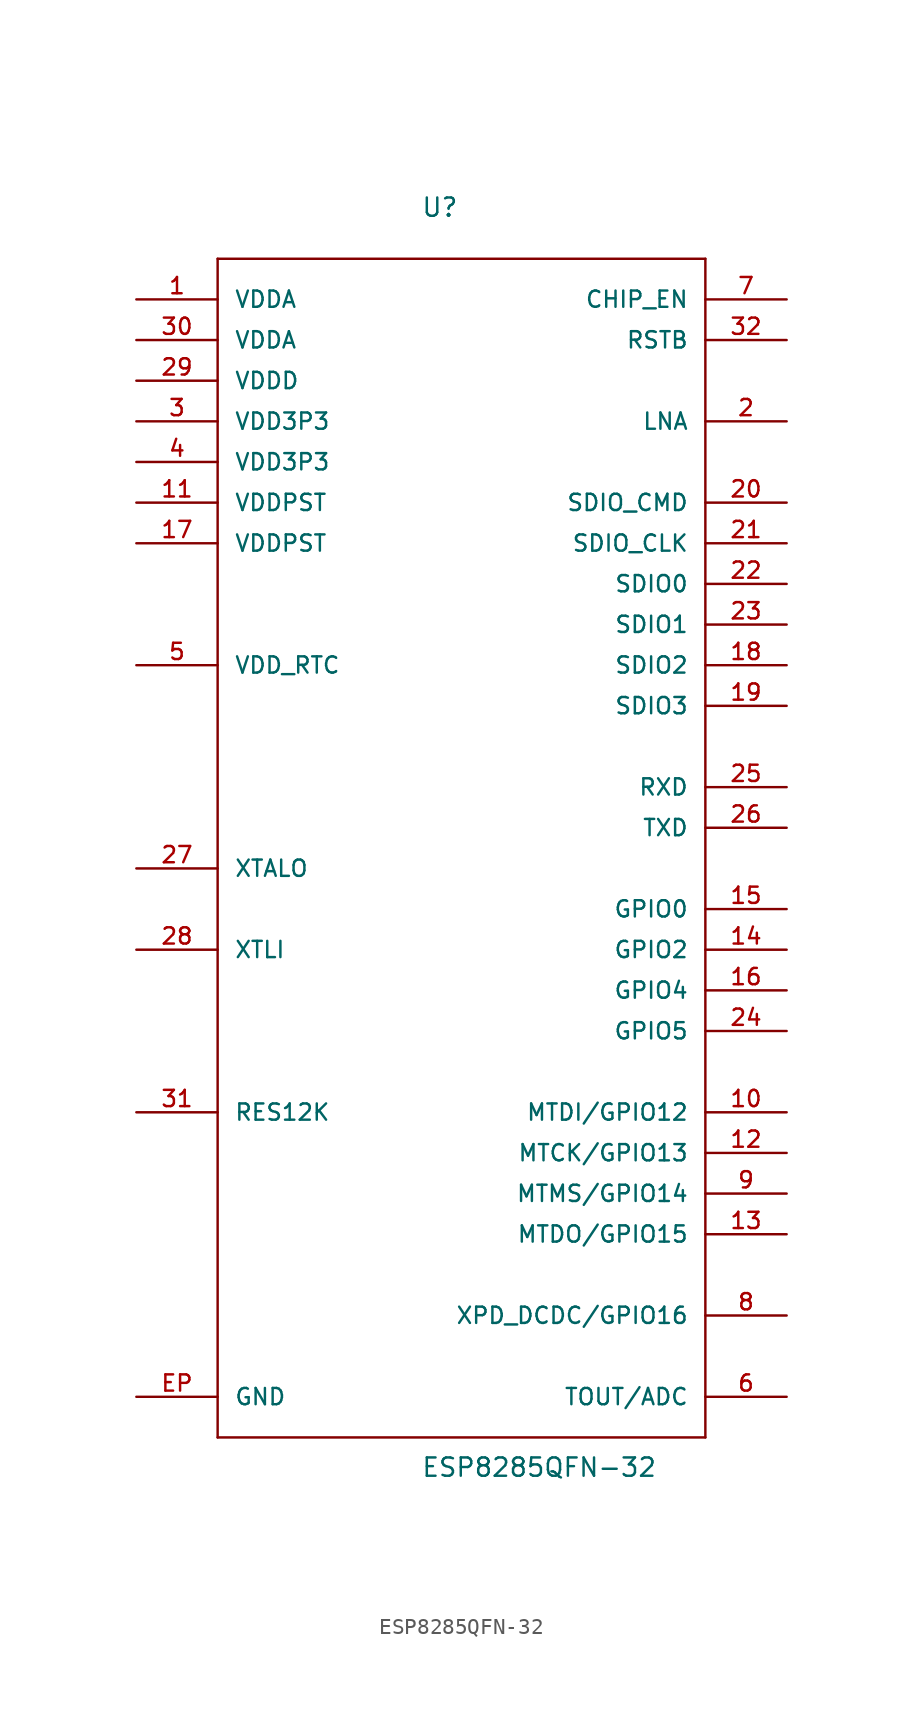
<source format=kicad_sym>
(kicad_symbol_lib
  (version 20211014)
  (generator kicad_symbol_editor)
  (symbol "ESP8285QFN-32"
    (pin_names
      (offset 1.016))
    (property "Reference" "U"
      (at -2.54 38.1 0)
      (effects (font (size 1.143 1.143)) (justify left bottom)))
    (property "Value" "ESP8285QFN-32"
      (at -2.54 -40.64 0)
      (effects (font (size 1.143 1.143)) (justify left bottom)))
    (property "ki_locked" ""
      (at 0 0 0)
      (effects (font (size 1.27 1.27))))
    (symbol "ESP8285QFN-32_1_0"
      (polyline (pts (xy -15.24 -38.1) (xy 15.24 -38.1)) (stroke (width 0) (type default) (color 0 0 0 0)) (fill (type none)))
      (polyline (pts (xy -15.24 35.56) (xy -15.24 -38.1)) (stroke (width 0) (type default) (color 0 0 0 0)) (fill (type none)))
      (polyline (pts (xy 15.24 -38.1) (xy 15.24 35.56)) (stroke (width 0) (type default) (color 0 0 0 0)) (fill (type none)))
      (polyline (pts (xy 15.24 35.56) (xy -15.24 35.56)) (stroke (width 0) (type default) (color 0 0 0 0)) (fill (type none))))
    (symbol "ESP8285QFN-32_1_1"
      (pin power_in line (at -20.32 33.02 0) (length 5.08) (name "VDDA" (effects (font (size 1.016 1.016)))) (number "1" (effects (font (size 1.016 1.016)))))
      (pin bidirectional line (at 20.32 -17.78 180) (length 5.08) (name "MTDI/GPIO12" (effects (font (size 1.016 1.016)))) (number "10" (effects (font (size 1.016 1.016)))))
      (pin power_in line (at -20.32 20.32 0) (length 5.08) (name "VDDPST" (effects (font (size 1.016 1.016)))) (number "11" (effects (font (size 1.016 1.016)))))
      (pin bidirectional line (at 20.32 -20.32 180) (length 5.08) (name "MTCK/GPIO13" (effects (font (size 1.016 1.016)))) (number "12" (effects (font (size 1.016 1.016)))))
      (pin bidirectional line (at 20.32 -25.4 180) (length 5.08) (name "MTDO/GPIO15" (effects (font (size 1.016 1.016)))) (number "13" (effects (font (size 1.016 1.016)))))
      (pin bidirectional line (at 20.32 -7.62 180) (length 5.08) (name "GPIO2" (effects (font (size 1.016 1.016)))) (number "14" (effects (font (size 1.016 1.016)))))
      (pin bidirectional line (at 20.32 -5.08 180) (length 5.08) (name "GPIO0" (effects (font (size 1.016 1.016)))) (number "15" (effects (font (size 1.016 1.016)))))
      (pin bidirectional line (at 20.32 -10.16 180) (length 5.08) (name "GPIO4" (effects (font (size 1.016 1.016)))) (number "16" (effects (font (size 1.016 1.016)))))
      (pin power_in line (at -20.32 17.78 0) (length 5.08) (name "VDDPST" (effects (font (size 1.016 1.016)))) (number "17" (effects (font (size 1.016 1.016)))))
      (pin bidirectional line (at 20.32 10.16 180) (length 5.08) (name "SDIO2" (effects (font (size 1.016 1.016)))) (number "18" (effects (font (size 1.016 1.016)))))
      (pin bidirectional line (at 20.32 7.62 180) (length 5.08) (name "SDIO3" (effects (font (size 1.016 1.016)))) (number "19" (effects (font (size 1.016 1.016)))))
      (pin bidirectional line (at 20.32 25.4 180) (length 5.08) (name "LNA" (effects (font (size 1.016 1.016)))) (number "2" (effects (font (size 1.016 1.016)))))
      (pin bidirectional line (at 20.32 20.32 180) (length 5.08) (name "SDIO_CMD" (effects (font (size 1.016 1.016)))) (number "20" (effects (font (size 1.016 1.016)))))
      (pin bidirectional line (at 20.32 17.78 180) (length 5.08) (name "SDIO_CLK" (effects (font (size 1.016 1.016)))) (number "21" (effects (font (size 1.016 1.016)))))
      (pin bidirectional line (at 20.32 15.24 180) (length 5.08) (name "SDIO0" (effects (font (size 1.016 1.016)))) (number "22" (effects (font (size 1.016 1.016)))))
      (pin bidirectional line (at 20.32 12.7 180) (length 5.08) (name "SDIO1" (effects (font (size 1.016 1.016)))) (number "23" (effects (font (size 1.016 1.016)))))
      (pin bidirectional line (at 20.32 -12.7 180) (length 5.08) (name "GPIO5" (effects (font (size 1.016 1.016)))) (number "24" (effects (font (size 1.016 1.016)))))
      (pin bidirectional line (at 20.32 2.54 180) (length 5.08) (name "RXD" (effects (font (size 1.016 1.016)))) (number "25" (effects (font (size 1.016 1.016)))))
      (pin bidirectional line (at 20.32 0 180) (length 5.08) (name "TXD" (effects (font (size 1.016 1.016)))) (number "26" (effects (font (size 1.016 1.016)))))
      (pin bidirectional line (at -20.32 -2.54 0) (length 5.08) (name "XTALO" (effects (font (size 1.016 1.016)))) (number "27" (effects (font (size 1.016 1.016)))))
      (pin bidirectional line (at -20.32 -7.62 0) (length 5.08) (name "XTLI" (effects (font (size 1.016 1.016)))) (number "28" (effects (font (size 1.016 1.016)))))
      (pin power_in line (at -20.32 27.94 0) (length 5.08) (name "VDDD" (effects (font (size 1.016 1.016)))) (number "29" (effects (font (size 1.016 1.016)))))
      (pin power_in line (at -20.32 25.4 0) (length 5.08) (name "VDD3P3" (effects (font (size 1.016 1.016)))) (number "3" (effects (font (size 1.016 1.016)))))
      (pin power_in line (at -20.32 30.48 0) (length 5.08) (name "VDDA" (effects (font (size 1.016 1.016)))) (number "30" (effects (font (size 1.016 1.016)))))
      (pin input line (at -20.32 -17.78 0) (length 5.08) (name "RES12K" (effects (font (size 1.016 1.016)))) (number "31" (effects (font (size 1.016 1.016)))))
      (pin input line (at 20.32 30.48 180) (length 5.08) (name "RSTB" (effects (font (size 1.016 1.016)))) (number "32" (effects (font (size 1.016 1.016)))))
      (pin power_in line (at -20.32 22.86 0) (length 5.08) (name "VDD3P3" (effects (font (size 1.016 1.016)))) (number "4" (effects (font (size 1.016 1.016)))))
      (pin unspecified line (at -20.32 10.16 0) (length 5.08) (name "VDD_RTC" (effects (font (size 1.016 1.016)))) (number "5" (effects (font (size 1.016 1.016)))))
      (pin input line (at 20.32 -35.56 180) (length 5.08) (name "TOUT/ADC" (effects (font (size 1.016 1.016)))) (number "6" (effects (font (size 1.016 1.016)))))
      (pin input line (at 20.32 33.02 180) (length 5.08) (name "CHIP_EN" (effects (font (size 1.016 1.016)))) (number "7" (effects (font (size 1.016 1.016)))))
      (pin bidirectional line (at 20.32 -30.48 180) (length 5.08) (name "XPD_DCDC/GPIO16" (effects (font (size 1.016 1.016)))) (number "8" (effects (font (size 1.016 1.016)))))
      (pin bidirectional line (at 20.32 -22.86 180) (length 5.08) (name "MTMS/GPIO14" (effects (font (size 1.016 1.016)))) (number "9" (effects (font (size 1.016 1.016)))))
      (pin power_in line (at -20.32 -35.56 0) (length 5.08) (name "GND" (effects (font (size 1.016 1.016)))) (number "EP" (effects (font (size 1.016 1.016))))))))
</source>
